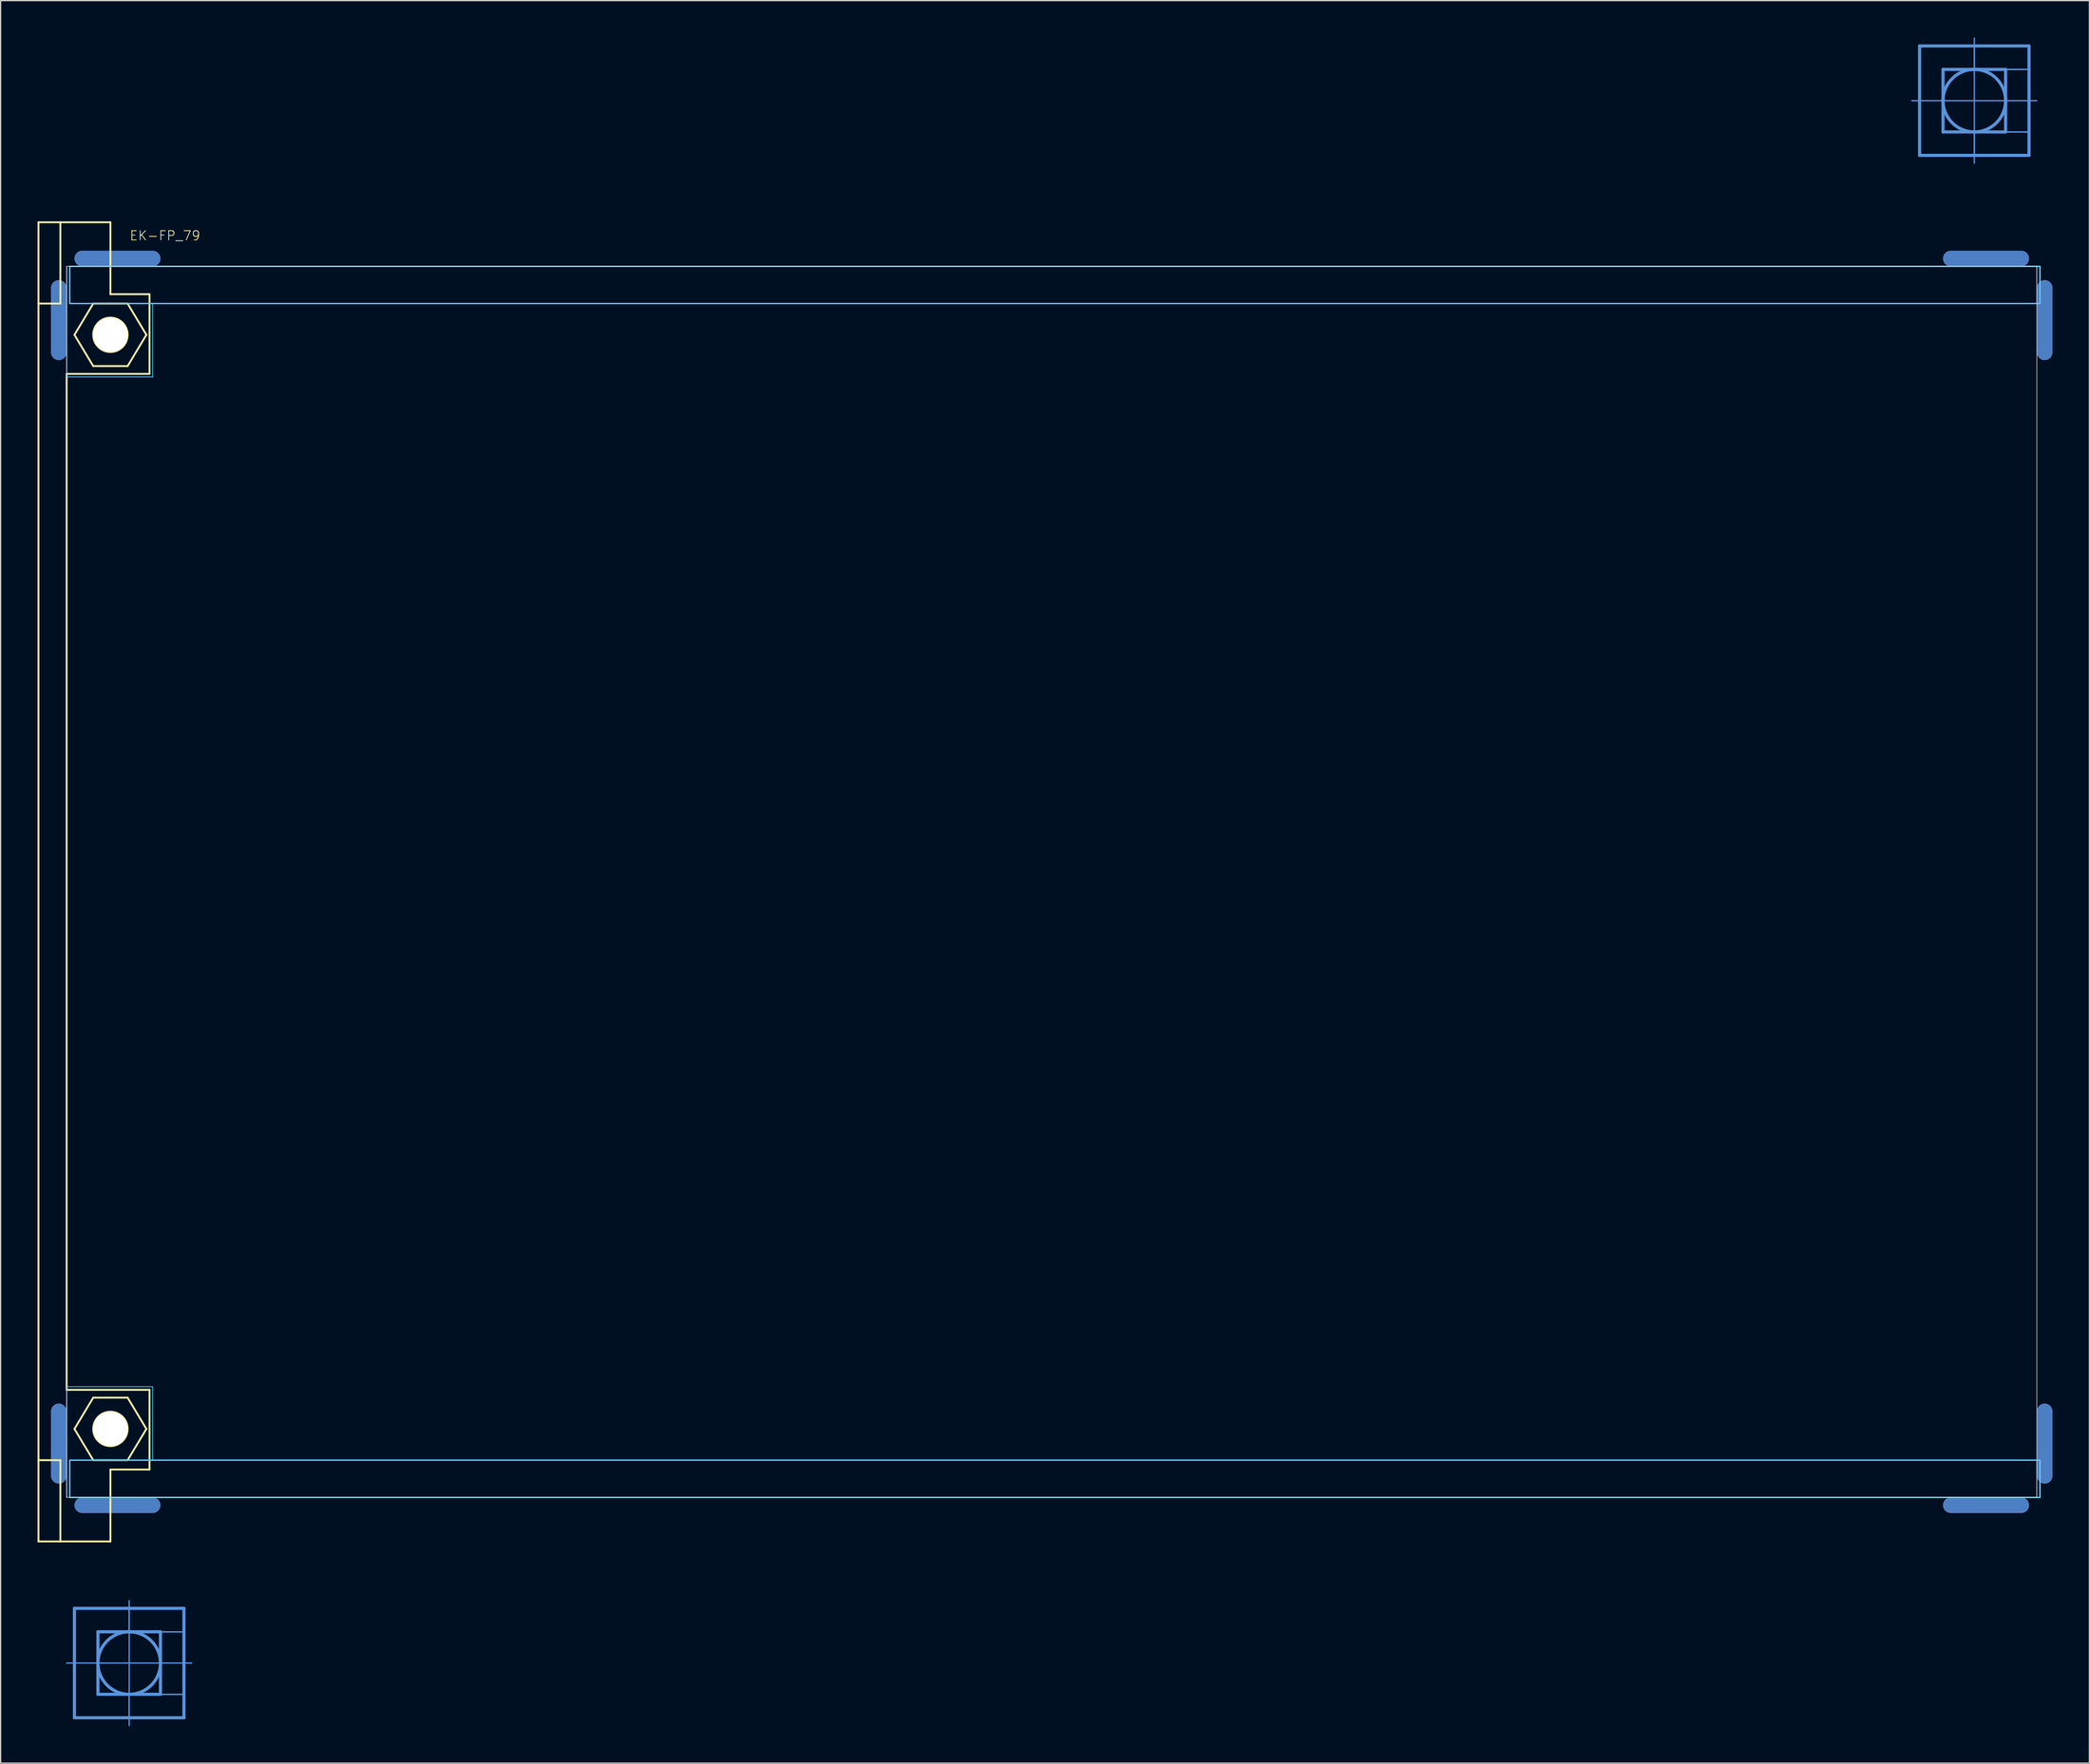
<source format=kicad_pcb>
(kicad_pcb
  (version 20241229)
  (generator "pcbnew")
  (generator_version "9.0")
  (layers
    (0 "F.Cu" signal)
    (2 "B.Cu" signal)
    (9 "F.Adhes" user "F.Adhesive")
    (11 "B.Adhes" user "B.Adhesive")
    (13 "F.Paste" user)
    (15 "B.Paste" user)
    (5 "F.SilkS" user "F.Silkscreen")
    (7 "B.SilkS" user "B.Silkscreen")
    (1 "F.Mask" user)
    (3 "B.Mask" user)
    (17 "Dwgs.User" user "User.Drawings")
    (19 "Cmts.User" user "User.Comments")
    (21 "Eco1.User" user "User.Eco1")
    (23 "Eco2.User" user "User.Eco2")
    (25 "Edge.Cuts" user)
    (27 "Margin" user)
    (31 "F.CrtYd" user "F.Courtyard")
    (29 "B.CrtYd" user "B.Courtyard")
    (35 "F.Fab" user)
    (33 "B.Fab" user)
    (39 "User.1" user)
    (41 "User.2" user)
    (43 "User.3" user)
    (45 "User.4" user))
  (footprint "EK-FP_79"
    (layer "F.Cu")
    (at 2.362 68.605)
    (property "Reference" "EK-FP_79" (at 5.08 -52.07 0) (unlocked yes) (layer "F.SilkS") (effects (font (size 0.748 0.748) (thickness 0.065)) (justify left bottom)))
    (fp_line (start -0.635 -43.028) (end -0.635 -48.26) (stroke (width 1.27) (type solid)) (layer "F.Cu"))
    (fp_line (start -0.635 43.028) (end -0.635 48.26) (stroke (width 1.27) (type solid)) (layer "F.Cu"))
    (fp_line (start 6.985 -50.648) (end 1.27 -50.648) (stroke (width 1.27) (type solid)) (layer "F.Cu"))
    (fp_line (start 6.985 50.648) (end 1.27 50.648) (stroke (width 1.27) (type solid)) (layer "F.Cu"))
    (fp_line (start 153.035 -50.648) (end 158.75 -50.648) (stroke (width 1.27) (type solid)) (layer "F.Cu"))
    (fp_line (start 153.035 50.648) (end 158.75 50.648) (stroke (width 1.27) (type solid)) (layer "F.Cu"))
    (fp_line (start 160.655 -43.028) (end 160.655 -48.26) (stroke (width 1.27) (type solid)) (layer "F.Cu"))
    (fp_line (start 160.655 43.028) (end 160.655 48.26) (stroke (width 1.27) (type solid)) (layer "F.Cu"))
    (fp_line (start 0 -42.393) (end 0 -50.013) (stroke (width 0.152) (type solid)) (layer "F.Mask"))
    (fp_line (start 0 42.393) (end 0 50.013) (stroke (width 0.152) (type solid)) (layer "F.Mask"))
    (fp_line (start 7.62 -50.013) (end 0 -50.013) (stroke (width 0.152) (type solid)) (layer "F.Mask"))
    (fp_line (start 7.62 50.013) (end 0 50.013) (stroke (width 0.152) (type solid)) (layer "F.Mask"))
    (fp_line (start 152.4 -50.013) (end 160.02 -50.013) (stroke (width 0.152) (type solid)) (layer "F.Mask"))
    (fp_line (start 152.4 50.013) (end 160.02 50.013) (stroke (width 0.152) (type solid)) (layer "F.Mask"))
    (fp_line (start 160.02 -42.393) (end 160.02 -50.013) (stroke (width 0.152) (type solid)) (layer "F.Mask"))
    (fp_line (start 160.02 42.393) (end 160.02 50.013) (stroke (width 0.152) (type solid)) (layer "F.Mask"))
    (fp_line (start -0.635 -43.028) (end -0.635 -48.26) (stroke (width 1.27) (type solid)) (layer "B.Cu"))
    (fp_line (start -0.635 43.028) (end -0.635 48.26) (stroke (width 1.27) (type solid)) (layer "B.Cu"))
    (fp_line (start 6.985 -50.648) (end 1.27 -50.648) (stroke (width 1.27) (type solid)) (layer "B.Cu"))
    (fp_line (start 6.985 50.648) (end 1.27 50.648) (stroke (width 1.27) (type solid)) (layer "B.Cu"))
    (fp_line (start 153.035 -50.648) (end 158.75 -50.648) (stroke (width 1.27) (type solid)) (layer "B.Cu"))
    (fp_line (start 153.035 50.648) (end 158.75 50.648) (stroke (width 1.27) (type solid)) (layer "B.Cu"))
    (fp_line (start 160.655 -43.028) (end 160.655 -48.26) (stroke (width 1.27) (type solid)) (layer "B.Cu"))
    (fp_line (start 160.655 43.028) (end 160.655 48.26) (stroke (width 1.27) (type solid)) (layer "B.Cu"))
    (fp_line (start 0 -50.013) (end 7.62 -50.013) (stroke (width 0.152) (type solid)) (layer "B.Mask"))
    (fp_line (start 0 -42.393) (end 0 -50.013) (stroke (width 0.152) (type solid)) (layer "B.Mask"))
    (fp_line (start 0 50.013) (end 0 42.393) (stroke (width 0.152) (type solid)) (layer "B.Mask"))
    (fp_line (start 7.62 50.013) (end 0 50.013) (stroke (width 0.152) (type solid)) (layer "B.Mask"))
    (fp_line (start 152.4 -50.013) (end 160.02 -50.013) (stroke (width 0.152) (type solid)) (layer "B.Mask"))
    (fp_line (start 160.02 -50.013) (end 160.02 -42.393) (stroke (width 0.152) (type solid)) (layer "B.Mask"))
    (fp_line (start 160.02 42.393) (end 160.02 50.013) (stroke (width 0.152) (type solid)) (layer "B.Mask"))
    (fp_line (start 160.02 50.013) (end 152.4 50.013) (stroke (width 0.152) (type solid)) (layer "B.Mask"))
    (fp_line (start -2.286 -53.594) (end -0.508 -53.594) (stroke (width 0.152) (type solid)) (layer "F.SilkS"))
    (fp_line (start -2.286 -46.99) (end -2.286 -53.594) (stroke (width 0.152) (type solid)) (layer "F.SilkS"))
    (fp_line (start -2.286 -46.99) (end -0.508 -46.99) (stroke (width 0.152) (type solid)) (layer "F.SilkS"))
    (fp_line (start -2.286 46.99) (end -2.286 -46.99) (stroke (width 0.152) (type solid)) (layer "F.SilkS"))
    (fp_line (start -2.286 46.99) (end -0.508 46.99) (stroke (width 0.152) (type solid)) (layer "F.SilkS"))
    (fp_line (start -2.286 53.594) (end -2.286 46.99) (stroke (width 0.152) (type solid)) (layer "F.SilkS"))
    (fp_line (start -2.286 53.594) (end -0.508 53.594) (stroke (width 0.152) (type solid)) (layer "F.SilkS"))
    (fp_line (start -0.508 -53.594) (end -0.508 -46.99) (stroke (width 0.152) (type solid)) (layer "F.SilkS"))
    (fp_line (start -0.508 -53.594) (end 3.556 -53.594) (stroke (width 0.152) (type solid)) (layer "F.SilkS"))
    (fp_line (start -0.508 53.594) (end -0.508 46.99) (stroke (width 0.152) (type solid)) (layer "F.SilkS"))
    (fp_line (start -0.508 53.594) (end 3.556 53.594) (stroke (width 0.152) (type solid)) (layer "F.SilkS"))
    (fp_line (start 0 -41.275) (end 0 41.275) (stroke (width 0.152) (type solid)) (layer "F.SilkS"))
    (fp_line (start 0 -41.275) (end 6.731 -41.275) (stroke (width 0.152) (type solid)) (layer "F.SilkS"))
    (fp_line (start 0 41.275) (end 6.731 41.275) (stroke (width 0.152) (type solid)) (layer "F.SilkS"))
    (fp_line (start 0.635 -44.45) (end 2.159 -46.99) (stroke (width 0.152) (type solid)) (layer "F.SilkS"))
    (fp_line (start 0.635 44.45) (end 2.159 46.99) (stroke (width 0.152) (type solid)) (layer "F.SilkS"))
    (fp_line (start 2.159 -46.99) (end 4.953 -46.99) (stroke (width 0.152) (type solid)) (layer "F.SilkS"))
    (fp_line (start 2.159 -41.91) (end 0.635 -44.45) (stroke (width 0.152) (type solid)) (layer "F.SilkS"))
    (fp_line (start 2.159 41.91) (end 0.635 44.45) (stroke (width 0.152) (type solid)) (layer "F.SilkS"))
    (fp_line (start 2.159 46.99) (end 4.953 46.99) (stroke (width 0.152) (type solid)) (layer "F.SilkS"))
    (fp_line (start 3.556 -53.594) (end 3.556 -47.752) (stroke (width 0.152) (type solid)) (layer "F.SilkS"))
    (fp_line (start 3.556 -47.752) (end 6.731 -47.752) (stroke (width 0.152) (type solid)) (layer "F.SilkS"))
    (fp_line (start 3.556 47.752) (end 6.731 47.752) (stroke (width 0.152) (type solid)) (layer "F.SilkS"))
    (fp_line (start 3.556 53.594) (end 3.556 47.752) (stroke (width 0.152) (type solid)) (layer "F.SilkS"))
    (fp_line (start 4.953 -46.99) (end 6.477 -44.45) (stroke (width 0.152) (type solid)) (layer "F.SilkS"))
    (fp_line (start 4.953 -41.91) (end 2.159 -41.91) (stroke (width 0.152) (type solid)) (layer "F.SilkS"))
    (fp_line (start 4.953 41.91) (end 2.159 41.91) (stroke (width 0.152) (type solid)) (layer "F.SilkS"))
    (fp_line (start 4.953 46.99) (end 6.477 44.45) (stroke (width 0.152) (type solid)) (layer "F.SilkS"))
    (fp_line (start 6.477 -44.45) (end 4.953 -41.91) (stroke (width 0.152) (type solid)) (layer "F.SilkS"))
    (fp_line (start 6.477 44.45) (end 4.953 41.91) (stroke (width 0.152) (type solid)) (layer "F.SilkS"))
    (fp_line (start 6.731 -47.752) (end 6.731 -41.275) (stroke (width 0.152) (type solid)) (layer "F.SilkS"))
    (fp_line (start 6.731 47.752) (end 6.731 41.275) (stroke (width 0.152) (type solid)) (layer "F.SilkS"))
    (fp_circle (center 3.556 -44.45) (end 4.953 -44.45) (stroke (width 0.152) (type solid)) (fill no) (layer "F.SilkS"))
    (fp_circle (center 3.556 44.45) (end 4.953 44.45) (stroke (width 0.152) (type solid)) (fill no) (layer "F.SilkS"))
    (fp_line (start 0 63.475) (end 0.635 63.475) (stroke (width 0.102) (type solid)) (layer "Cmts.User"))
    (fp_line (start 0.635 59.03) (end 9.525 59.03) (stroke (width 0.254) (type solid)) (layer "Cmts.User"))
    (fp_line (start 0.635 63.475) (end 0.635 59.03) (stroke (width 0.254) (type solid)) (layer "Cmts.User"))
    (fp_line (start 0.635 63.475) (end 10.16 63.475) (stroke (width 0.102) (type solid)) (layer "Cmts.User"))
    (fp_line (start 0.635 67.92) (end 0.635 63.475) (stroke (width 0.254) (type solid)) (layer "Cmts.User"))
    (fp_line (start 2.54 60.935) (end 2.54 66.015) (stroke (width 0.254) (type solid)) (layer "Cmts.User"))
    (fp_line (start 2.54 66.015) (end 7.62 66.015) (stroke (width 0.254) (type solid)) (layer "Cmts.User"))
    (fp_line (start 5.08 68.555) (end 5.08 58.395) (stroke (width 0.102) (type solid)) (layer "Cmts.User"))
    (fp_line (start 7.62 60.935) (end 2.54 60.935) (stroke (width 0.254) (type solid)) (layer "Cmts.User"))
    (fp_line (start 7.62 66.015) (end 7.62 60.935) (stroke (width 0.254) (type solid)) (layer "Cmts.User"))
    (fp_line (start 9.525 59.03) (end 9.525 67.92) (stroke (width 0.254) (type solid)) (layer "Cmts.User"))
    (fp_line (start 9.525 67.92) (end 0.635 67.92) (stroke (width 0.254) (type solid)) (layer "Cmts.User"))
    (fp_line (start 149.86 -63.475) (end 150.495 -63.475) (stroke (width 0.102) (type solid)) (layer "Cmts.User"))
    (fp_line (start 150.495 -67.92) (end 159.385 -67.92) (stroke (width 0.254) (type solid)) (layer "Cmts.User"))
    (fp_line (start 150.495 -63.475) (end 150.495 -67.92) (stroke (width 0.254) (type solid)) (layer "Cmts.User"))
    (fp_line (start 150.495 -63.475) (end 160.02 -63.475) (stroke (width 0.102) (type solid)) (layer "Cmts.User"))
    (fp_line (start 150.495 -59.03) (end 150.495 -63.475) (stroke (width 0.254) (type solid)) (layer "Cmts.User"))
    (fp_line (start 152.4 -66.015) (end 152.4 -60.935) (stroke (width 0.254) (type solid)) (layer "Cmts.User"))
    (fp_line (start 152.4 -60.935) (end 157.48 -60.935) (stroke (width 0.254) (type solid)) (layer "Cmts.User"))
    (fp_line (start 154.94 -58.395) (end 154.94 -68.555) (stroke (width 0.102) (type solid)) (layer "Cmts.User"))
    (fp_line (start 157.48 -66.015) (end 152.4 -66.015) (stroke (width 0.254) (type solid)) (layer "Cmts.User"))
    (fp_line (start 157.48 -60.935) (end 157.48 -66.015) (stroke (width 0.254) (type solid)) (layer "Cmts.User"))
    (fp_line (start 159.385 -67.92) (end 159.385 -59.03) (stroke (width 0.254) (type solid)) (layer "Cmts.User"))
    (fp_line (start 159.385 -59.03) (end 150.495 -59.03) (stroke (width 0.254) (type solid)) (layer "Cmts.User"))
    (fp_circle (center 5.08 63.475) (end 7.62 63.475) (stroke (width 0.254) (type solid)) (fill no) (layer "Cmts.User"))
    (fp_circle (center 154.94 -63.475) (end 157.48 -63.475) (stroke (width 0.254) (type solid)) (fill no) (layer "Cmts.User"))
    (fp_poly (pts (xy 5.08 60.935) (xy 9.525 60.935) (xy 9.525 59.03) (xy 5.08 59.03)) (stroke (width 0.1) (type default)) (fill no) (layer "Cmts.User"))
    (fp_poly (pts (xy 5.08 67.92) (xy 9.525 67.92) (xy 9.525 66.015) (xy 5.08 66.015)) (stroke (width 0.1) (type default)) (fill no) (layer "Cmts.User"))
    (fp_poly (pts (xy 7.62 66.015) (xy 9.525 66.015) (xy 9.525 60.935) (xy 7.62 60.935)) (stroke (width 0.1) (type default)) (fill no) (layer "Cmts.User"))
    (fp_poly (pts (xy 154.94 -66.015) (xy 159.385 -66.015) (xy 159.385 -67.92) (xy 154.94 -67.92)) (stroke (width 0.1) (type default)) (fill no) (layer "Cmts.User"))
    (fp_poly (pts (xy 154.94 -59.03) (xy 159.385 -59.03) (xy 159.385 -60.935) (xy 154.94 -60.935)) (stroke (width 0.1) (type default)) (fill no) (layer "Cmts.User"))
    (fp_poly (pts (xy 157.48 -60.935) (xy 159.385 -60.935) (xy 159.385 -66.015) (xy 157.48 -66.015)) (stroke (width 0.1) (type default)) (fill no) (layer "Cmts.User"))
    (fp_line (start 0 -50.013) (end 0 50.013) (stroke (width 0.05) (type solid)) (layer "Edge.Cuts"))
    (fp_line (start 0 50.013) (end 160.02 50.013) (stroke (width 0.05) (type solid)) (layer "Edge.Cuts"))
    (fp_line (start 160.02 -50.013) (end 0 -50.013) (stroke (width 0.05) (type solid)) (layer "Edge.Cuts"))
    (fp_line (start 160.02 50.013) (end 160.02 -50.013) (stroke (width 0.05) (type solid)) (layer "Edge.Cuts"))
    (fp_line (start 0 -41.021) (end 0 -50.013) (stroke (width 0.051) (type solid)) (layer "B.CrtYd"))
    (fp_line (start 0 -41.021) (end 6.985 -41.021) (stroke (width 0.051) (type solid)) (layer "B.CrtYd"))
    (fp_line (start 0 41.021) (end 0 50.013) (stroke (width 0.051) (type solid)) (layer "B.CrtYd"))
    (fp_line (start 0 41.021) (end 6.985 41.021) (stroke (width 0.051) (type solid)) (layer "B.CrtYd"))
    (fp_line (start 6.985 -46.99) (end 6.985 -41.021) (stroke (width 0.051) (type solid)) (layer "B.CrtYd"))
    (fp_line (start 6.985 46.99) (end 6.985 41.021) (stroke (width 0.051) (type solid)) (layer "B.CrtYd"))
    (fp_line (start 160.02 -50.013) (end 160.02 -46.99) (stroke (width 0.051) (type solid)) (layer "B.CrtYd"))
    (fp_line (start 160.02 50.013) (end 160.02 46.99) (stroke (width 0.051) (type solid)) (layer "B.CrtYd"))
    (fp_poly (pts (xy 0.254 -46.99) (xy 160.274 -46.99) (xy 160.274 -50.013) (xy 0.254 -50.013)) (stroke (width 0.1) (type default)) (fill no) (layer "B.CrtYd"))
    (fp_poly (pts (xy 0.254 50.013) (xy 160.274 50.013) (xy 160.274 46.99) (xy 0.254 46.99)) (stroke (width 0.1) (type default)) (fill no) (layer "B.CrtYd"))
    (fp_line (start 0 -41.021) (end 0 -50.013) (stroke (width 0.051) (type solid)) (layer "F.CrtYd"))
    (fp_line (start 0 -41.021) (end 6.985 -41.021) (stroke (width 0.051) (type solid)) (layer "F.CrtYd"))
    (fp_line (start 0 41.021) (end 0 50.013) (stroke (width 0.051) (type solid)) (layer "F.CrtYd"))
    (fp_line (start 0 41.021) (end 6.985 41.021) (stroke (width 0.051) (type solid)) (layer "F.CrtYd"))
    (fp_line (start 6.985 -46.99) (end 6.985 -41.021) (stroke (width 0.051) (type solid)) (layer "F.CrtYd"))
    (fp_line (start 6.985 46.99) (end 6.985 41.021) (stroke (width 0.051) (type solid)) (layer "F.CrtYd"))
    (fp_line (start 160.02 -50.013) (end 160.02 -46.99) (stroke (width 0.051) (type solid)) (layer "F.CrtYd"))
    (fp_line (start 160.02 50.013) (end 160.02 46.99) (stroke (width 0.051) (type solid)) (layer "F.CrtYd"))
    (fp_poly (pts (xy 0.254 -46.99) (xy 160.274 -46.99) (xy 160.274 -50.013) (xy 0.254 -50.013)) (stroke (width 0.1) (type default)) (fill no) (layer "F.CrtYd"))
    (fp_poly (pts (xy 0.254 50.013) (xy 160.274 50.013) (xy 160.274 46.99) (xy 0.254 46.99)) (stroke (width 0.1) (type default)) (fill no) (layer "F.CrtYd"))
    (pad "" np_thru_hole circle (at 3.556 -44.45) (size 2.794 2.794) (drill 2.794) (layers "*.Cu" "*.Mask"))
    (pad "" np_thru_hole circle (at 3.556 44.45) (size 2.794 2.794) (drill 2.794) (layers "*.Cu" "*.Mask"))
    (zone (net_name "") (layers "F.Cu" "B.Cu") (hatch edge 0.5) (connect_pads) (min_thickness 0.25) (filled_areas_thickness no) (keepout (tracks allowed) (vias not_allowed) (pads allowed) (copperpour allowed) (footprints allowed)) (placement (enabled no)) (fill) (polygon (pts (xy 2.616 21.615) (xy 162.636 21.615) (xy 162.636 18.593) (xy 2.616 18.593))))
    (zone (net_name "") (layers "F.Cu" "B.Cu") (hatch edge 0.5) (connect_pads) (min_thickness 0.25) (filled_areas_thickness no) (keepout (tracks allowed) (vias not_allowed) (pads allowed) (copperpour allowed) (footprints allowed)) (placement (enabled no)) (fill) (polygon (pts (xy 2.616 118.618) (xy 162.636 118.618) (xy 162.636 115.595) (xy 2.616 115.595))))
    (zone (net_name "") (layers "F.Cu" "B.Cu") (hatch edge 0.5) (connect_pads) (min_thickness 0.25) (filled_areas_thickness no) (keepout (tracks allowed) (vias not_allowed) (pads allowed) (copperpour allowed) (footprints allowed)) (placement (enabled no)) (fill) (polygon (pts (xy 9.093 24.155) (xy 9.073 23.8) (xy 9.014 23.449) (xy 8.915 23.107) (xy 8.779 22.778) (xy 8.607 22.466) (xy 8.401 22.176) (xy 8.163 21.91) (xy 7.898 21.673) (xy 7.607 21.467) (xy 7.296 21.295) (xy 6.967 21.159) (xy 6.625 21.06) (xy 6.274 21) (xy 5.918 20.98) (xy 5.563 21) (xy 5.212 21.06) (xy 4.87 21.159) (xy 4.541 21.295) (xy 4.229 21.467) (xy 3.939 21.673) (xy 3.673 21.91) (xy 3.436 22.176) (xy 3.23 22.466) (xy 3.058 22.778) (xy 2.921 23.107) (xy 2.823 23.449) (xy 2.763 23.8) (xy 2.743 24.155) (xy 2.763 24.511) (xy 2.823 24.862) (xy 2.921 25.204) (xy 3.058 25.533) (xy 3.23 25.845) (xy 3.436 26.135) (xy 3.673 26.4) (xy 3.939 26.638) (xy 4.229 26.844) (xy 4.541 27.016) (xy 4.87 27.152) (xy 5.212 27.251) (xy 5.563 27.31) (xy 5.918 27.33) (xy 6.274 27.31) (xy 6.625 27.251) (xy 6.967 27.152) (xy 7.296 27.016) (xy 7.607 26.844) (xy 7.898 26.638) (xy 8.163 26.4) (xy 8.401 26.135) (xy 8.607 25.845) (xy 8.779 25.533) (xy 8.915 25.204) (xy 9.014 24.862) (xy 9.073 24.511))))
    (zone (net_name "") (layers "F.Cu" "B.Cu") (hatch edge 0.5) (connect_pads) (min_thickness 0.25) (filled_areas_thickness no) (keepout (tracks allowed) (vias not_allowed) (pads allowed) (copperpour allowed) (footprints allowed)) (placement (enabled no)) (fill) (polygon (pts (xy 9.093 113.055) (xy 9.073 112.7) (xy 9.014 112.349) (xy 8.915 112.007) (xy 8.779 111.678) (xy 8.607 111.366) (xy 8.401 111.076) (xy 8.163 110.81) (xy 7.898 110.573) (xy 7.607 110.367) (xy 7.296 110.195) (xy 6.967 110.059) (xy 6.625 109.96) (xy 6.274 109.9) (xy 5.918 109.88) (xy 5.563 109.9) (xy 5.212 109.96) (xy 4.87 110.059) (xy 4.541 110.195) (xy 4.229 110.367) (xy 3.939 110.573) (xy 3.673 110.81) (xy 3.436 111.076) (xy 3.23 111.366) (xy 3.058 111.678) (xy 2.921 112.007) (xy 2.823 112.349) (xy 2.763 112.7) (xy 2.743 113.055) (xy 2.763 113.411) (xy 2.823 113.762) (xy 2.921 114.104) (xy 3.058 114.433) (xy 3.23 114.745) (xy 3.436 115.035) (xy 3.673 115.3) (xy 3.939 115.538) (xy 4.229 115.744) (xy 4.541 115.916) (xy 4.87 116.052) (xy 5.212 116.151) (xy 5.563 116.21) (xy 5.918 116.23) (xy 6.274 116.21) (xy 6.625 116.151) (xy 6.967 116.052) (xy 7.296 115.916) (xy 7.607 115.744) (xy 7.898 115.538) (xy 8.163 115.3) (xy 8.401 115.035) (xy 8.607 114.745) (xy 8.779 114.433) (xy 8.915 114.104) (xy 9.014 113.762) (xy 9.073 113.411))))
    (zone (net_name "") (layer "B.Cu") (hatch edge 0.5) (connect_pads) (min_thickness 0.25) (filled_areas_thickness no) (keepout (tracks not_allowed) (vias not_allowed) (pads not_allowed) (copperpour not_allowed) (footprints allowed)) (placement (enabled no)) (fill) (polygon (pts (xy 9.093 24.155) (xy 9.073 23.8) (xy 9.014 23.449) (xy 8.915 23.107) (xy 8.779 22.778) (xy 8.607 22.466) (xy 8.401 22.176) (xy 8.163 21.91) (xy 7.898 21.673) (xy 7.607 21.467) (xy 7.296 21.295) (xy 6.967 21.159) (xy 6.625 21.06) (xy 6.274 21) (xy 5.918 20.98) (xy 5.563 21) (xy 5.212 21.06) (xy 4.87 21.159) (xy 4.541 21.295) (xy 4.229 21.467) (xy 3.939 21.673) (xy 3.673 21.91) (xy 3.436 22.176) (xy 3.23 22.466) (xy 3.058 22.778) (xy 2.921 23.107) (xy 2.823 23.449) (xy 2.763 23.8) (xy 2.743 24.155) (xy 2.763 24.511) (xy 2.823 24.862) (xy 2.921 25.204) (xy 3.058 25.533) (xy 3.23 25.845) (xy 3.436 26.135) (xy 3.673 26.4) (xy 3.939 26.638) (xy 4.229 26.844) (xy 4.541 27.016) (xy 4.87 27.152) (xy 5.212 27.251) (xy 5.563 27.31) (xy 5.918 27.33) (xy 6.274 27.31) (xy 6.625 27.251) (xy 6.967 27.152) (xy 7.296 27.016) (xy 7.607 26.844) (xy 7.898 26.638) (xy 8.163 26.4) (xy 8.401 26.135) (xy 8.607 25.845) (xy 8.779 25.533) (xy 8.915 25.204) (xy 9.014 24.862) (xy 9.073 24.511))))
    (zone (net_name "") (layer "B.Cu") (hatch edge 0.5) (connect_pads) (min_thickness 0.25) (filled_areas_thickness no) (keepout (tracks not_allowed) (vias not_allowed) (pads not_allowed) (copperpour not_allowed) (footprints allowed)) (placement (enabled no)) (fill) (polygon (pts (xy 9.093 113.055) (xy 9.073 112.7) (xy 9.014 112.349) (xy 8.915 112.007) (xy 8.779 111.678) (xy 8.607 111.366) (xy 8.401 111.076) (xy 8.163 110.81) (xy 7.898 110.573) (xy 7.607 110.367) (xy 7.296 110.195) (xy 6.967 110.059) (xy 6.625 109.96) (xy 6.274 109.9) (xy 5.918 109.88) (xy 5.563 109.9) (xy 5.212 109.96) (xy 4.87 110.059) (xy 4.541 110.195) (xy 4.229 110.367) (xy 3.939 110.573) (xy 3.673 110.81) (xy 3.436 111.076) (xy 3.23 111.366) (xy 3.058 111.678) (xy 2.921 112.007) (xy 2.823 112.349) (xy 2.763 112.7) (xy 2.743 113.055) (xy 2.763 113.411) (xy 2.823 113.762) (xy 2.921 114.104) (xy 3.058 114.433) (xy 3.23 114.745) (xy 3.436 115.035) (xy 3.673 115.3) (xy 3.939 115.538) (xy 4.229 115.744) (xy 4.541 115.916) (xy 4.87 116.052) (xy 5.212 116.151) (xy 5.563 116.21) (xy 5.918 116.23) (xy 6.274 116.21) (xy 6.625 116.151) (xy 6.967 116.052) (xy 7.296 115.916) (xy 7.607 115.744) (xy 7.898 115.538) (xy 8.163 115.3) (xy 8.401 115.035) (xy 8.607 114.745) (xy 8.779 114.433) (xy 8.915 114.104) (xy 9.014 113.762) (xy 9.073 113.411)))))
  (gr_rect
    (start -3 -3)
    (end 166.652 140.211)
    (stroke (width 0.1) (type default))
    (fill no)
    (layer "Edge.Cuts")))
</source>
